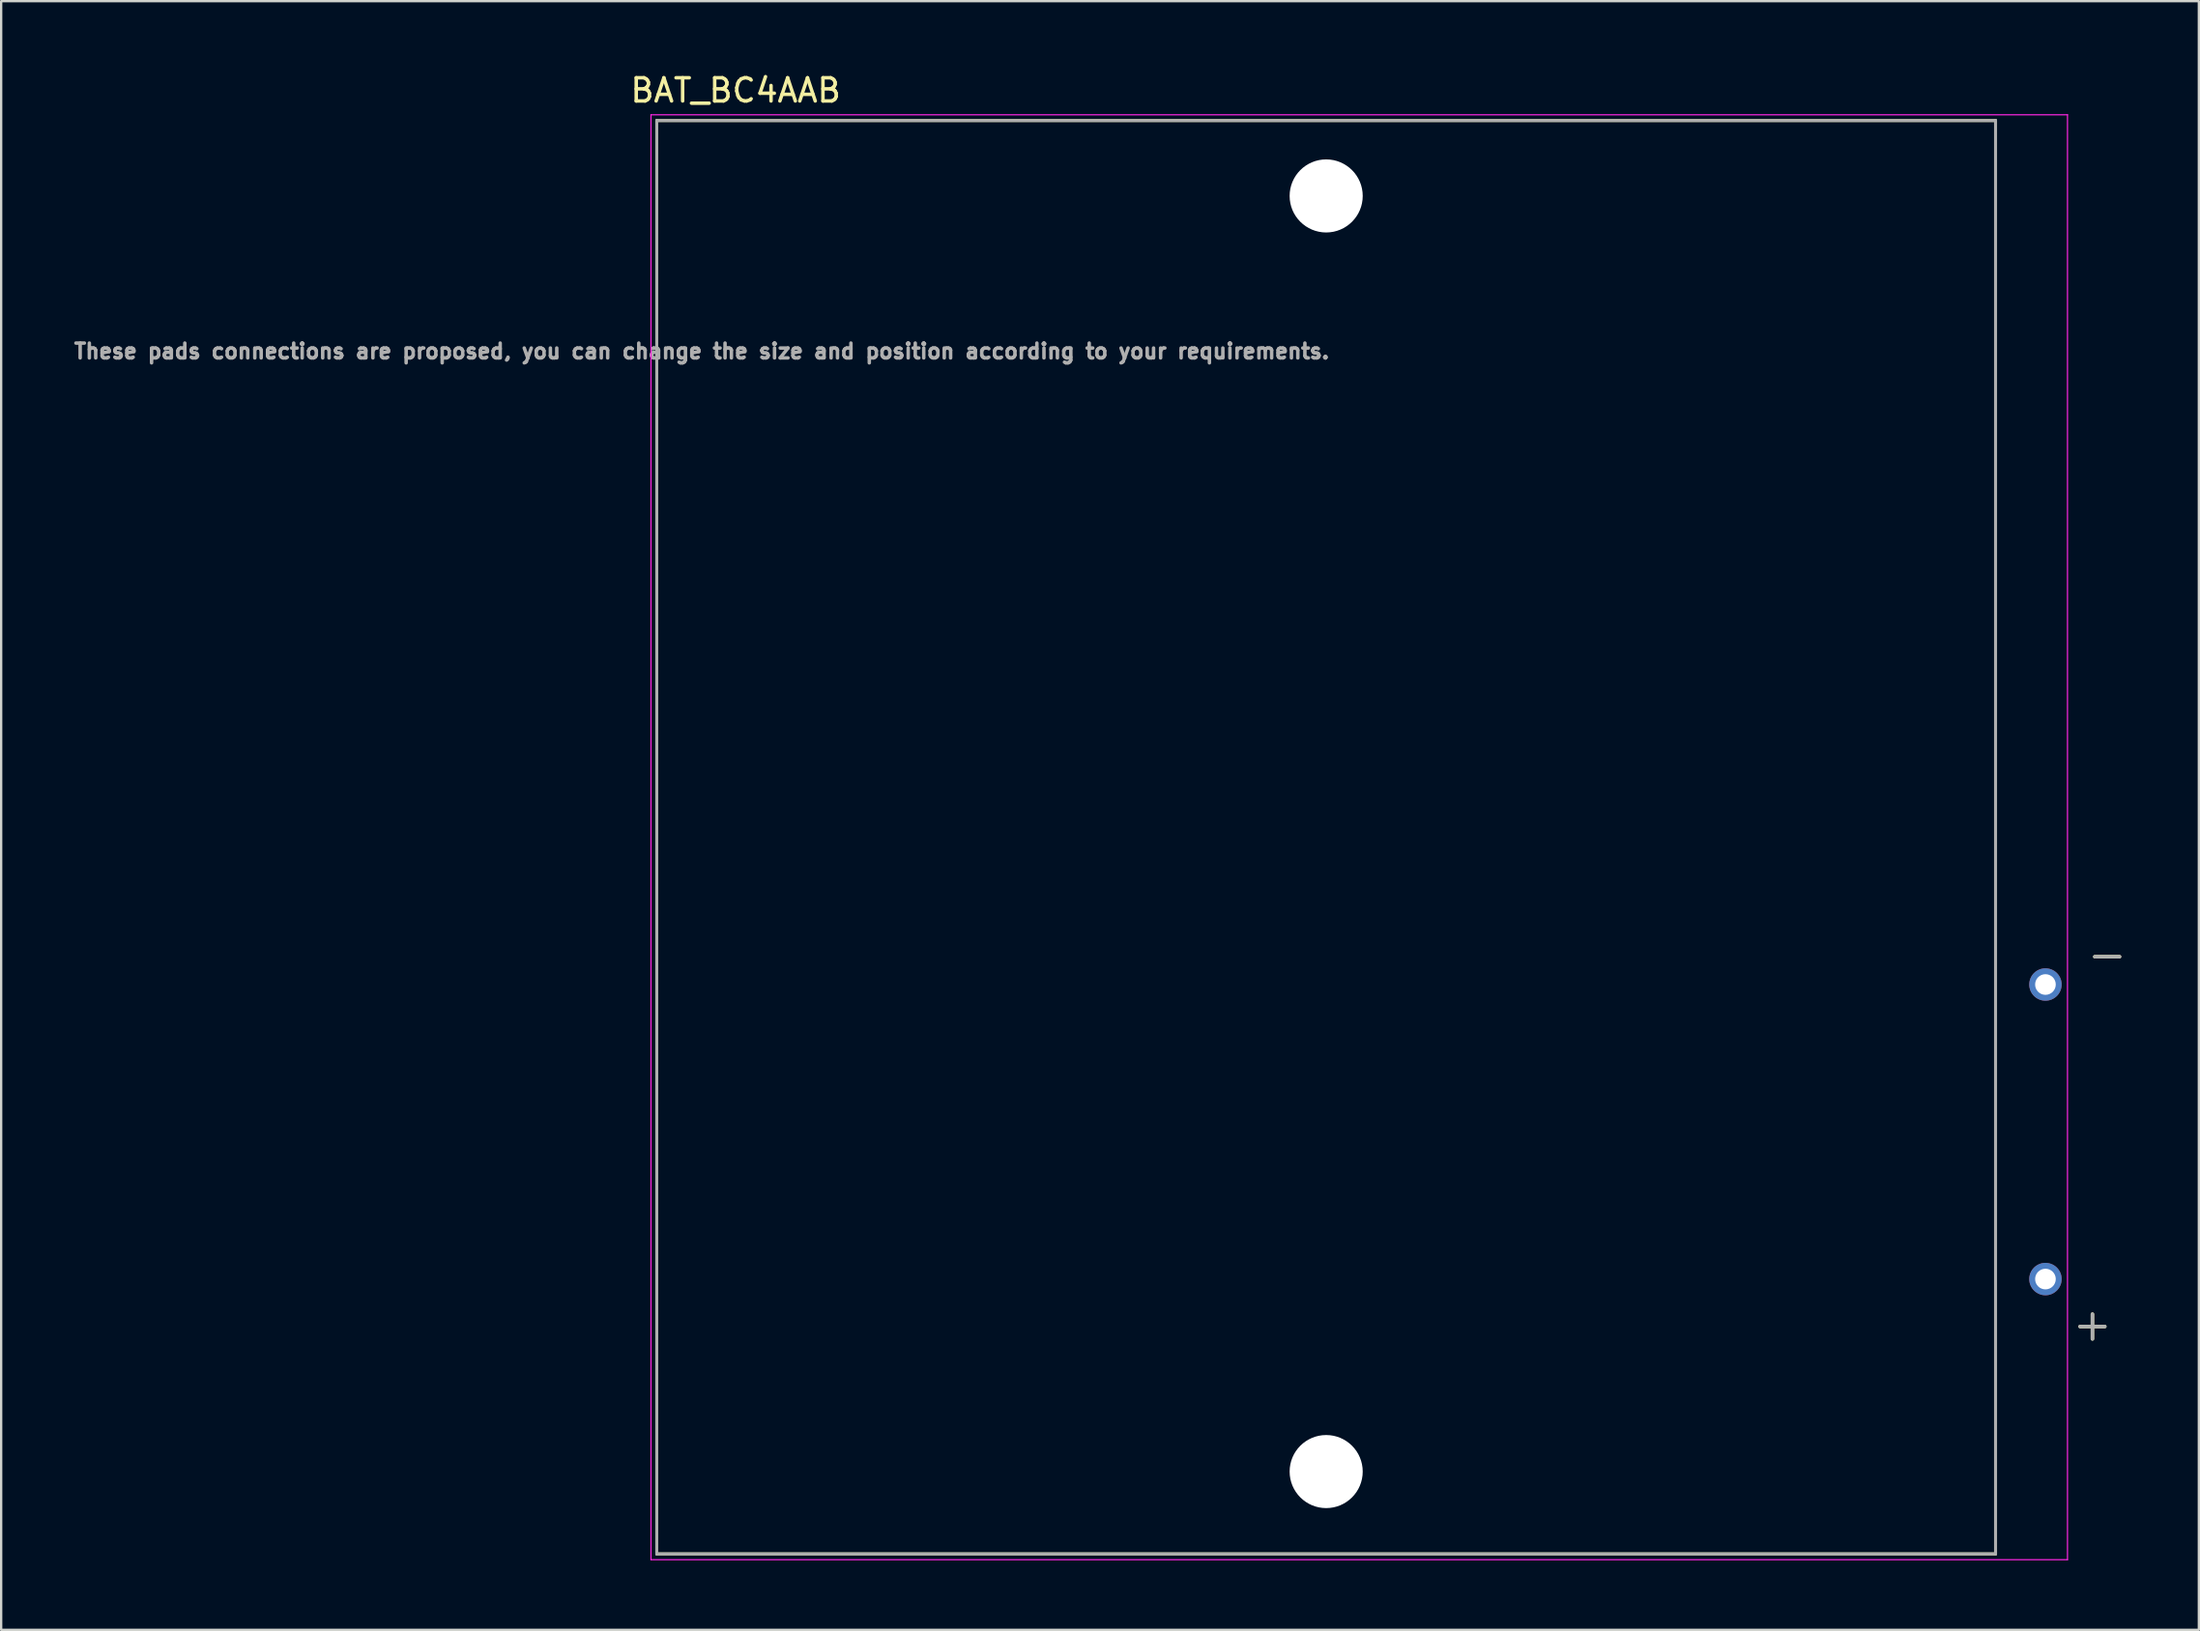
<source format=kicad_pcb>
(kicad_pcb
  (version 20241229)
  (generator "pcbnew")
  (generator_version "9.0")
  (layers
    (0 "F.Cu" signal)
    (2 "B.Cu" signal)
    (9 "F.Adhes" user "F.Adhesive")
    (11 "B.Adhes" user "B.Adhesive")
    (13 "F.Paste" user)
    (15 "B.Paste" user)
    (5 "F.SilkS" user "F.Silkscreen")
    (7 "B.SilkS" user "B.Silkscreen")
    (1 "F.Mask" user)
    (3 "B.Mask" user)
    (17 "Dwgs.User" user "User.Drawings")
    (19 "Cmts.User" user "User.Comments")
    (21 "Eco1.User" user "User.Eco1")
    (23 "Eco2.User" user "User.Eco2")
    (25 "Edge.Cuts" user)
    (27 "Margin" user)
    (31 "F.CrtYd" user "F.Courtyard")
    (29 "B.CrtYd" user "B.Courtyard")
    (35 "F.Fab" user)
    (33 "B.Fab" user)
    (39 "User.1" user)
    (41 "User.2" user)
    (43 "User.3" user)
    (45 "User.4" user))
  (footprint "BAT_BC4AAB"
    (layer "F.Cu")
    (at 54.107 33.048)
    (property "Reference" "BAT_BC4AAB" (at -25.45 -32.2 0) (layer "F.SilkS") (effects (font (size 1 1) (thickness 0.15))))
    (attr through_hole)
    (fp_line (start -28.85 -30.9) (end -28.85 30.9) (stroke (width 0.127) (type solid)) (layer "F.SilkS"))
    (fp_line (start -28.85 30.9) (end 28.85 30.9) (stroke (width 0.127) (type solid)) (layer "F.SilkS"))
    (fp_line (start 28.85 -30.9) (end -28.85 -30.9) (stroke (width 0.127) (type solid)) (layer "F.SilkS"))
    (fp_line (start 28.85 30.9) (end 28.85 -30.9) (stroke (width 0.127) (type solid)) (layer "F.SilkS"))
    (fp_line (start -29.1 -31.15) (end -29.1 31.15) (stroke (width 0.05) (type solid)) (layer "F.CrtYd"))
    (fp_line (start -29.1 31.15) (end 31.95 31.15) (stroke (width 0.05) (type solid)) (layer "F.CrtYd"))
    (fp_line (start 31.95 -31.15) (end -29.1 -31.15) (stroke (width 0.05) (type solid)) (layer "F.CrtYd"))
    (fp_line (start 31.95 31.15) (end 31.95 -31.15) (stroke (width 0.05) (type solid)) (layer "F.CrtYd"))
    (fp_line (start -28.85 -30.9) (end -28.85 30.9) (stroke (width 0.127) (type solid)) (layer "F.Fab"))
    (fp_line (start -28.85 30.9) (end 28.85 30.9) (stroke (width 0.127) (type solid)) (layer "F.Fab"))
    (fp_line (start 28.85 -30.9) (end -28.85 -30.9) (stroke (width 0.127) (type solid)) (layer "F.Fab"))
    (fp_line (start 28.85 30.9) (end 28.85 -30.9) (stroke (width 0.127) (type solid)) (layer "F.Fab"))
    (fp_text user "-" (at 33.66 5.045 0) (layer "F.SilkS") (effects (font (size 1.4 1.4) (thickness 0.15))))
    (fp_text user "+" (at 33.025 20.99 0) (layer "F.SilkS") (effects (font (size 1.4 1.4) (thickness 0.15))))
    (fp_text user "+" (at 33.025 20.99 0) (layer "F.Fab") (effects (font (size 1.4 1.4) (thickness 0.15))))
    (fp_text user "These pads connections are proposed, you can change the size and position according to your requirements. " (at -26.67 -20.955 0) (layer "F.Fab") (effects (font (size 0.64 0.64) (thickness 0.15))))
    (fp_text user "-" (at 33.66 5.045 0) (layer "F.Fab") (effects (font (size 1.4 1.4) (thickness 0.15))))
    (pad "" np_thru_hole circle (at 0 -27.65) (size 3.15 3.15) (drill 3.15) (layers "*.Cu" "*.Mask"))
    (pad "" np_thru_hole circle (at 0 27.35) (size 3.15 3.15) (drill 3.15) (layers "*.Cu" "*.Mask"))
    (pad "+" thru_hole circle (at 31 19.05) (size 1.398 1.398) (drill 0.89) (layers "*.Cu" "*.Mask"))
    (pad "-" thru_hole circle (at 31 6.35) (size 1.398 1.398) (drill 0.89) (layers "*.Cu" "*.Mask")))
  (gr_rect
    (start -3 -3)
    (end 91.719 67.223)
    (stroke (width 0.1) (type default))
    (fill no)
    (layer "Edge.Cuts")))
</source>
